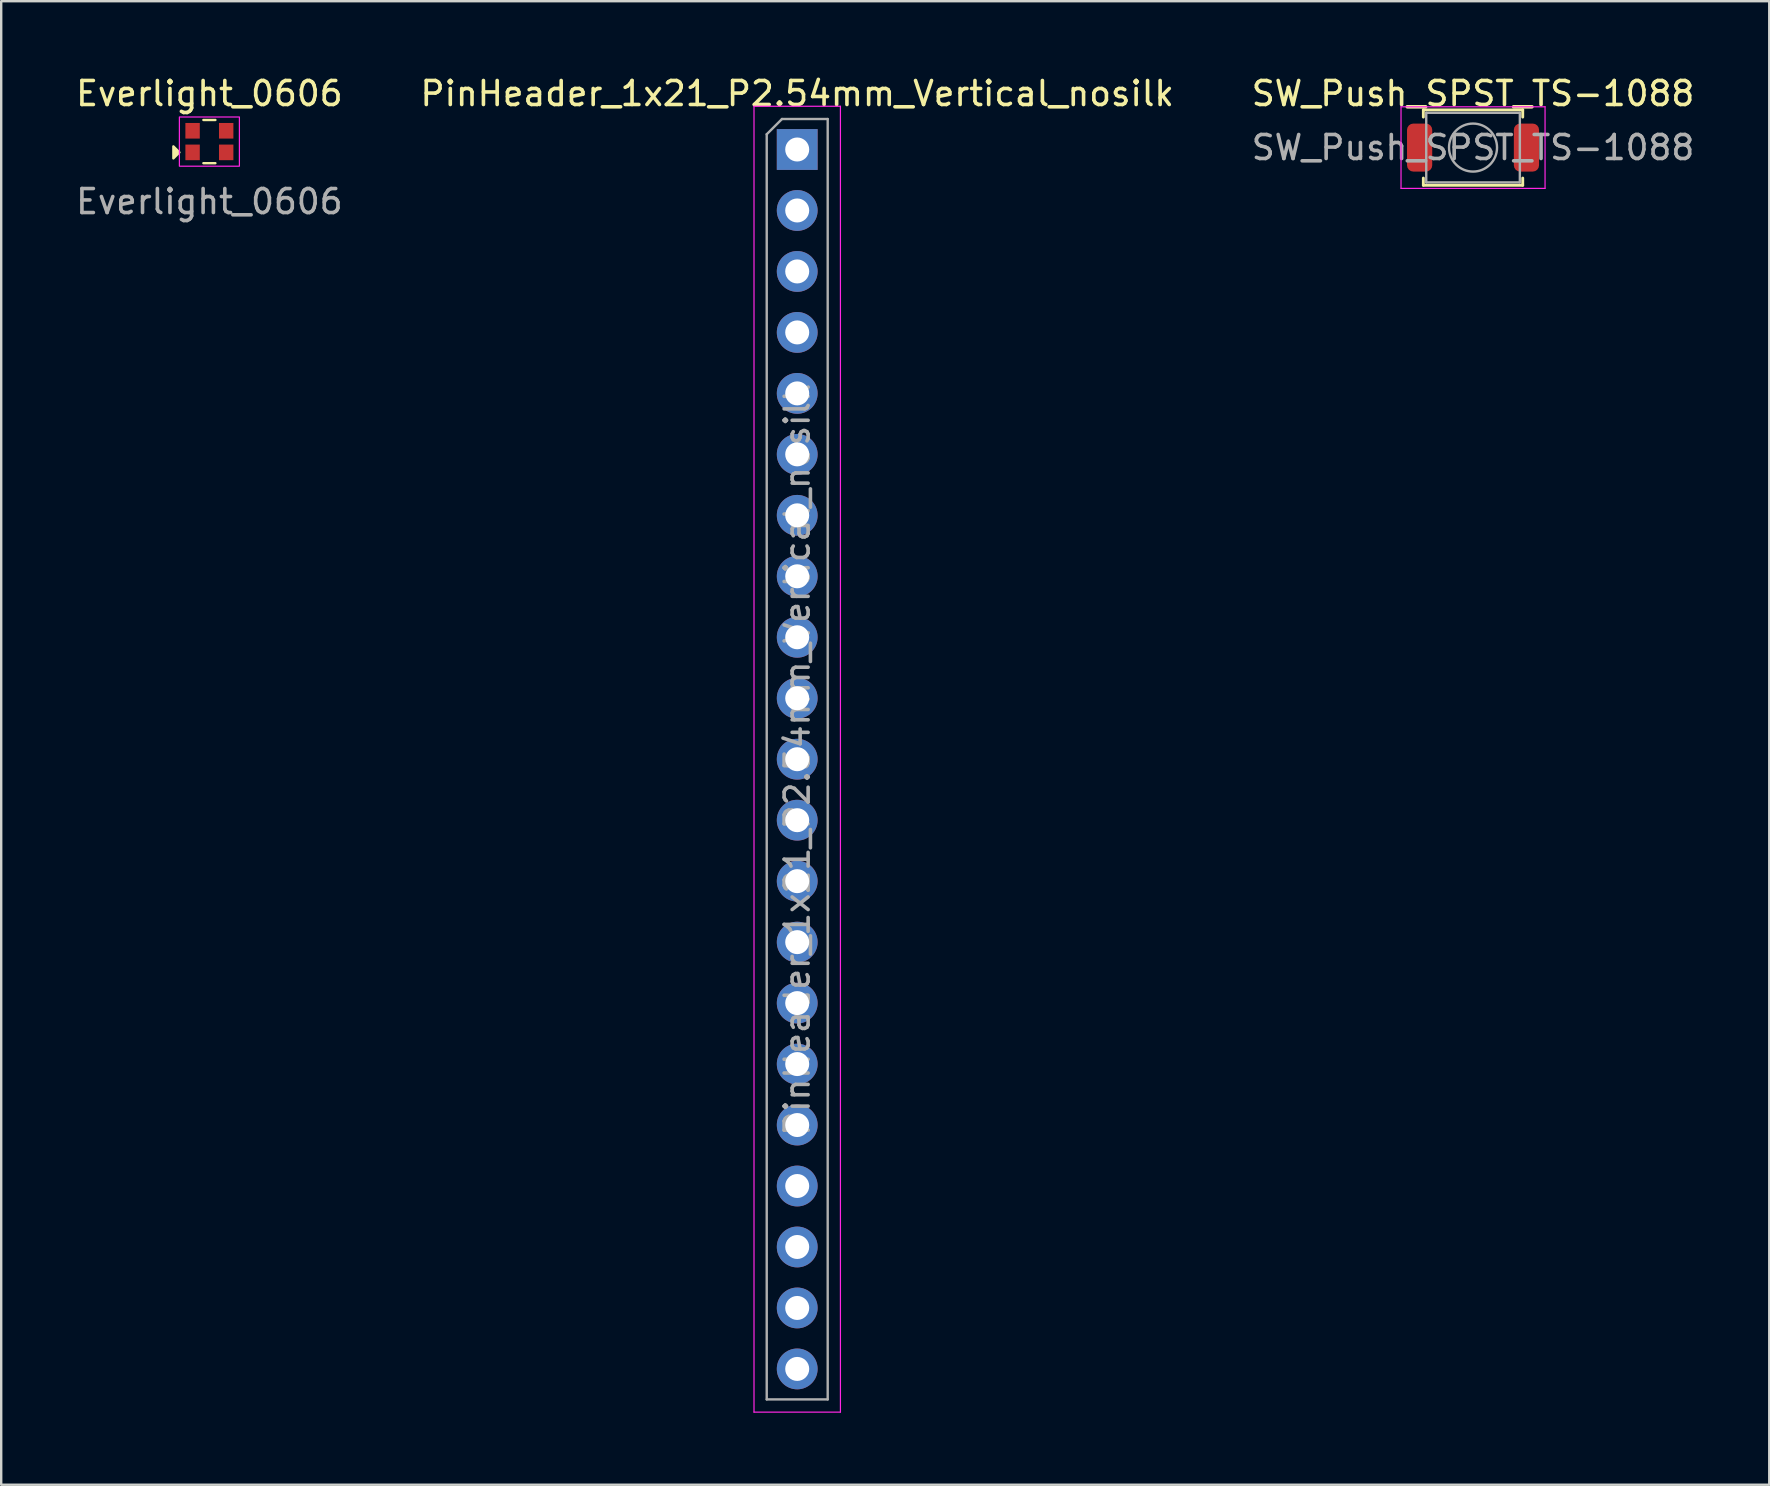
<source format=kicad_pcb>
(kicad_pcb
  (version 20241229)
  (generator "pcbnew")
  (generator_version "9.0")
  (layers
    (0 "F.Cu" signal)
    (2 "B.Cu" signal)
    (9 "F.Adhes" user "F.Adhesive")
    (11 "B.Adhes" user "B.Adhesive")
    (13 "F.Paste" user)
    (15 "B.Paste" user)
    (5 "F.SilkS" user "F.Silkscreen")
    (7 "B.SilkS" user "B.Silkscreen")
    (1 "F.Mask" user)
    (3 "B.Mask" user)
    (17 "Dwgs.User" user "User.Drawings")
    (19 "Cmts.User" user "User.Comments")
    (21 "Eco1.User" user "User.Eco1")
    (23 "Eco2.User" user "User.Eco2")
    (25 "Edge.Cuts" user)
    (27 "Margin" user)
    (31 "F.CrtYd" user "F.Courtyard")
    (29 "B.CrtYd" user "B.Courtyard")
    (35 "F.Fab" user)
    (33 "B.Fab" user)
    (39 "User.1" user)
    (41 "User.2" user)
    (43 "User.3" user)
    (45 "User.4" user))
  (footprint "Everlight_0606"
    (layer "F.Cu")
    (at 5.673 2.848)
    (property "Reference" "Everlight_0606" (at 0 -2 0) (unlocked yes) (layer "F.SilkS") (effects (font (size 1 1) (thickness 0.15))))
    (attr smd)
    (fp_line (start -0.25 -0.9) (end 0.25 -0.9) (stroke (width 0.1) (type default)) (layer "F.SilkS"))
    (fp_line (start -0.25 0.9) (end 0.25 0.9) (stroke (width 0.1) (type default)) (layer "F.SilkS"))
    (fp_poly (pts (xy -1.5 0.2) (xy -1.25 0.45) (xy -1.5 0.7)) (stroke (width 0.1) (type solid)) (fill yes) (layer "F.SilkS"))
    (fp_rect (start -1.25 -1.025) (end 1.25 1.025) (stroke (width 0.05) (type solid)) (fill no) (layer "F.CrtYd"))
    (fp_text user "${REFERENCE}" (at 0 2.5 0) (unlocked yes) (layer "F.Fab") (effects (font (size 1 1) (thickness 0.15))))
    (pad "1" smd rect (at -0.7 0.45) (size 0.6 0.65) (layers "F.Cu" "F.Mask" "F.Paste"))
    (pad "2" smd rect (at 0.7 0.45) (size 0.6 0.65) (layers "F.Cu" "F.Mask" "F.Paste"))
    (pad "3" smd rect (at -0.7 -0.45) (size 0.6 0.65) (layers "F.Cu" "F.Mask" "F.Paste"))
    (pad "4" smd rect (at 0.7 -0.45) (size 0.6 0.65) (layers "F.Cu" "F.Mask" "F.Paste")))
  (footprint "PinHeader_1x21_P2.54mm_Vertical_nosilk"
    (layer "F.Cu")
    (at 30.161 3.178)
    (property "Reference" "PinHeader_1x21_P2.54mm_Vertical_nosilk" (at 0 -2.33 0) (layer "F.SilkS") (effects (font (size 1 1) (thickness 0.15))))
    (attr through_hole)
    (fp_line (start -1.8 -1.8) (end -1.8 52.6) (stroke (width 0.05) (type solid)) (layer "F.CrtYd"))
    (fp_line (start -1.8 52.6) (end 1.8 52.6) (stroke (width 0.05) (type solid)) (layer "F.CrtYd"))
    (fp_line (start 1.8 -1.8) (end -1.8 -1.8) (stroke (width 0.05) (type solid)) (layer "F.CrtYd"))
    (fp_line (start 1.8 52.6) (end 1.8 -1.8) (stroke (width 0.05) (type solid)) (layer "F.CrtYd"))
    (fp_line (start -1.27 -0.635) (end -0.635 -1.27) (stroke (width 0.1) (type solid)) (layer "F.Fab"))
    (fp_line (start -1.27 52.07) (end -1.27 -0.635) (stroke (width 0.1) (type solid)) (layer "F.Fab"))
    (fp_line (start -0.635 -1.27) (end 1.27 -1.27) (stroke (width 0.1) (type solid)) (layer "F.Fab"))
    (fp_line (start 1.27 -1.27) (end 1.27 52.07) (stroke (width 0.1) (type solid)) (layer "F.Fab"))
    (fp_line (start 1.27 52.07) (end -1.27 52.07) (stroke (width 0.1) (type solid)) (layer "F.Fab"))
    (fp_text user "${REFERENCE}" (at 0 25.4 90) (layer "F.Fab") (effects (font (size 1 1) (thickness 0.15))))
    (pad "1" thru_hole rect (at 0 0) (size 1.7 1.7) (drill 1) (layers "*.Cu" "*.Mask"))
    (pad "2" thru_hole oval (at 0 2.54) (size 1.7 1.7) (drill 1) (layers "*.Cu" "*.Mask"))
    (pad "3" thru_hole oval (at 0 5.08) (size 1.7 1.7) (drill 1) (layers "*.Cu" "*.Mask"))
    (pad "4" thru_hole oval (at 0 7.62) (size 1.7 1.7) (drill 1) (layers "*.Cu" "*.Mask"))
    (pad "5" thru_hole oval (at 0 10.16) (size 1.7 1.7) (drill 1) (layers "*.Cu" "*.Mask"))
    (pad "6" thru_hole oval (at 0 12.7) (size 1.7 1.7) (drill 1) (layers "*.Cu" "*.Mask"))
    (pad "7" thru_hole oval (at 0 15.24) (size 1.7 1.7) (drill 1) (layers "*.Cu" "*.Mask"))
    (pad "8" thru_hole oval (at 0 17.78) (size 1.7 1.7) (drill 1) (layers "*.Cu" "*.Mask"))
    (pad "9" thru_hole oval (at 0 20.32) (size 1.7 1.7) (drill 1) (layers "*.Cu" "*.Mask"))
    (pad "10" thru_hole oval (at 0 22.86) (size 1.7 1.7) (drill 1) (layers "*.Cu" "*.Mask"))
    (pad "11" thru_hole oval (at 0 25.4) (size 1.7 1.7) (drill 1) (layers "*.Cu" "*.Mask"))
    (pad "12" thru_hole oval (at 0 27.94) (size 1.7 1.7) (drill 1) (layers "*.Cu" "*.Mask"))
    (pad "13" thru_hole oval (at 0 30.48) (size 1.7 1.7) (drill 1) (layers "*.Cu" "*.Mask"))
    (pad "14" thru_hole oval (at 0 33.02) (size 1.7 1.7) (drill 1) (layers "*.Cu" "*.Mask"))
    (pad "15" thru_hole oval (at 0 35.56) (size 1.7 1.7) (drill 1) (layers "*.Cu" "*.Mask"))
    (pad "16" thru_hole oval (at 0 38.1) (size 1.7 1.7) (drill 1) (layers "*.Cu" "*.Mask"))
    (pad "17" thru_hole oval (at 0 40.64) (size 1.7 1.7) (drill 1) (layers "*.Cu" "*.Mask"))
    (pad "18" thru_hole oval (at 0 43.18) (size 1.7 1.7) (drill 1) (layers "*.Cu" "*.Mask"))
    (pad "19" thru_hole oval (at 0 45.72) (size 1.7 1.7) (drill 1) (layers "*.Cu" "*.Mask"))
    (pad "20" thru_hole oval (at 0 48.26) (size 1.7 1.7) (drill 1) (layers "*.Cu" "*.Mask"))
    (pad "21" thru_hole oval (at 0 50.8) (size 1.7 1.7) (drill 1) (layers "*.Cu" "*.Mask")))
  (footprint "SW_Push_SPST_TS-1088"
    (layer "F.Cu")
    (at 58.315 3.098)
    (property "Reference" "SW_Push_SPST_TS-1088" (at 0 -2.25 0) (layer "F.SilkS") (effects (font (size 1 1) (thickness 0.15))))
    (attr smd)
    (fp_line (start -2.07 -1.57) (end 2.07 -1.57) (stroke (width 0.12) (type solid)) (layer "F.SilkS"))
    (fp_line (start -2.07 -1.27) (end -2.07 -1.57) (stroke (width 0.12) (type solid)) (layer "F.SilkS"))
    (fp_line (start -2.07 1.57) (end -2.07 1.27) (stroke (width 0.12) (type solid)) (layer "F.SilkS"))
    (fp_line (start 2.07 -1.57) (end 2.07 -1.27) (stroke (width 0.12) (type solid)) (layer "F.SilkS"))
    (fp_line (start 2.07 1.27) (end 2.07 1.57) (stroke (width 0.12) (type solid)) (layer "F.SilkS"))
    (fp_line (start 2.07 1.57) (end -2.07 1.57) (stroke (width 0.12) (type solid)) (layer "F.SilkS"))
    (fp_line (start -3 -1.7) (end 3 -1.7) (stroke (width 0.05) (type solid)) (layer "F.CrtYd"))
    (fp_line (start -3 1.7) (end -3 -1.7) (stroke (width 0.05) (type solid)) (layer "F.CrtYd"))
    (fp_line (start 3 -1.7) (end 3 1.7) (stroke (width 0.05) (type solid)) (layer "F.CrtYd"))
    (fp_line (start 3 1.7) (end -3 1.7) (stroke (width 0.05) (type solid)) (layer "F.CrtYd"))
    (fp_line (start -1.95 -1.45) (end 1.95 -1.45) (stroke (width 0.1) (type solid)) (layer "F.Fab"))
    (fp_line (start -1.95 1.45) (end -1.95 -1.45) (stroke (width 0.1) (type solid)) (layer "F.Fab"))
    (fp_line (start 1.95 -1.45) (end 1.95 1.45) (stroke (width 0.1) (type solid)) (layer "F.Fab"))
    (fp_line (start 1.95 1.45) (end -1.95 1.45) (stroke (width 0.1) (type solid)) (layer "F.Fab"))
    (fp_circle (center 0 0) (end 1 0) (stroke (width 0.1) (type solid)) (fill no) (layer "F.Fab"))
    (fp_text user "${REFERENCE}" (at 0 0 0) (layer "F.Fab") (effects (font (size 1 1) (thickness 0.15))))
    (pad "1" smd roundrect (at -2.225 0) (size 1.05 2) (layers "F.Cu" "F.Mask" "F.Paste") (roundrect_rratio 0.25))
    (pad "2" smd roundrect (at 2.225 0) (size 1.05 2) (layers "F.Cu" "F.Mask" "F.Paste") (roundrect_rratio 0.25)))
  (gr_rect
    (start -3 -3)
    (end 70.655 58.803)
    (stroke (width 0.1) (type default))
    (fill no)
    (layer "Edge.Cuts")))
</source>
